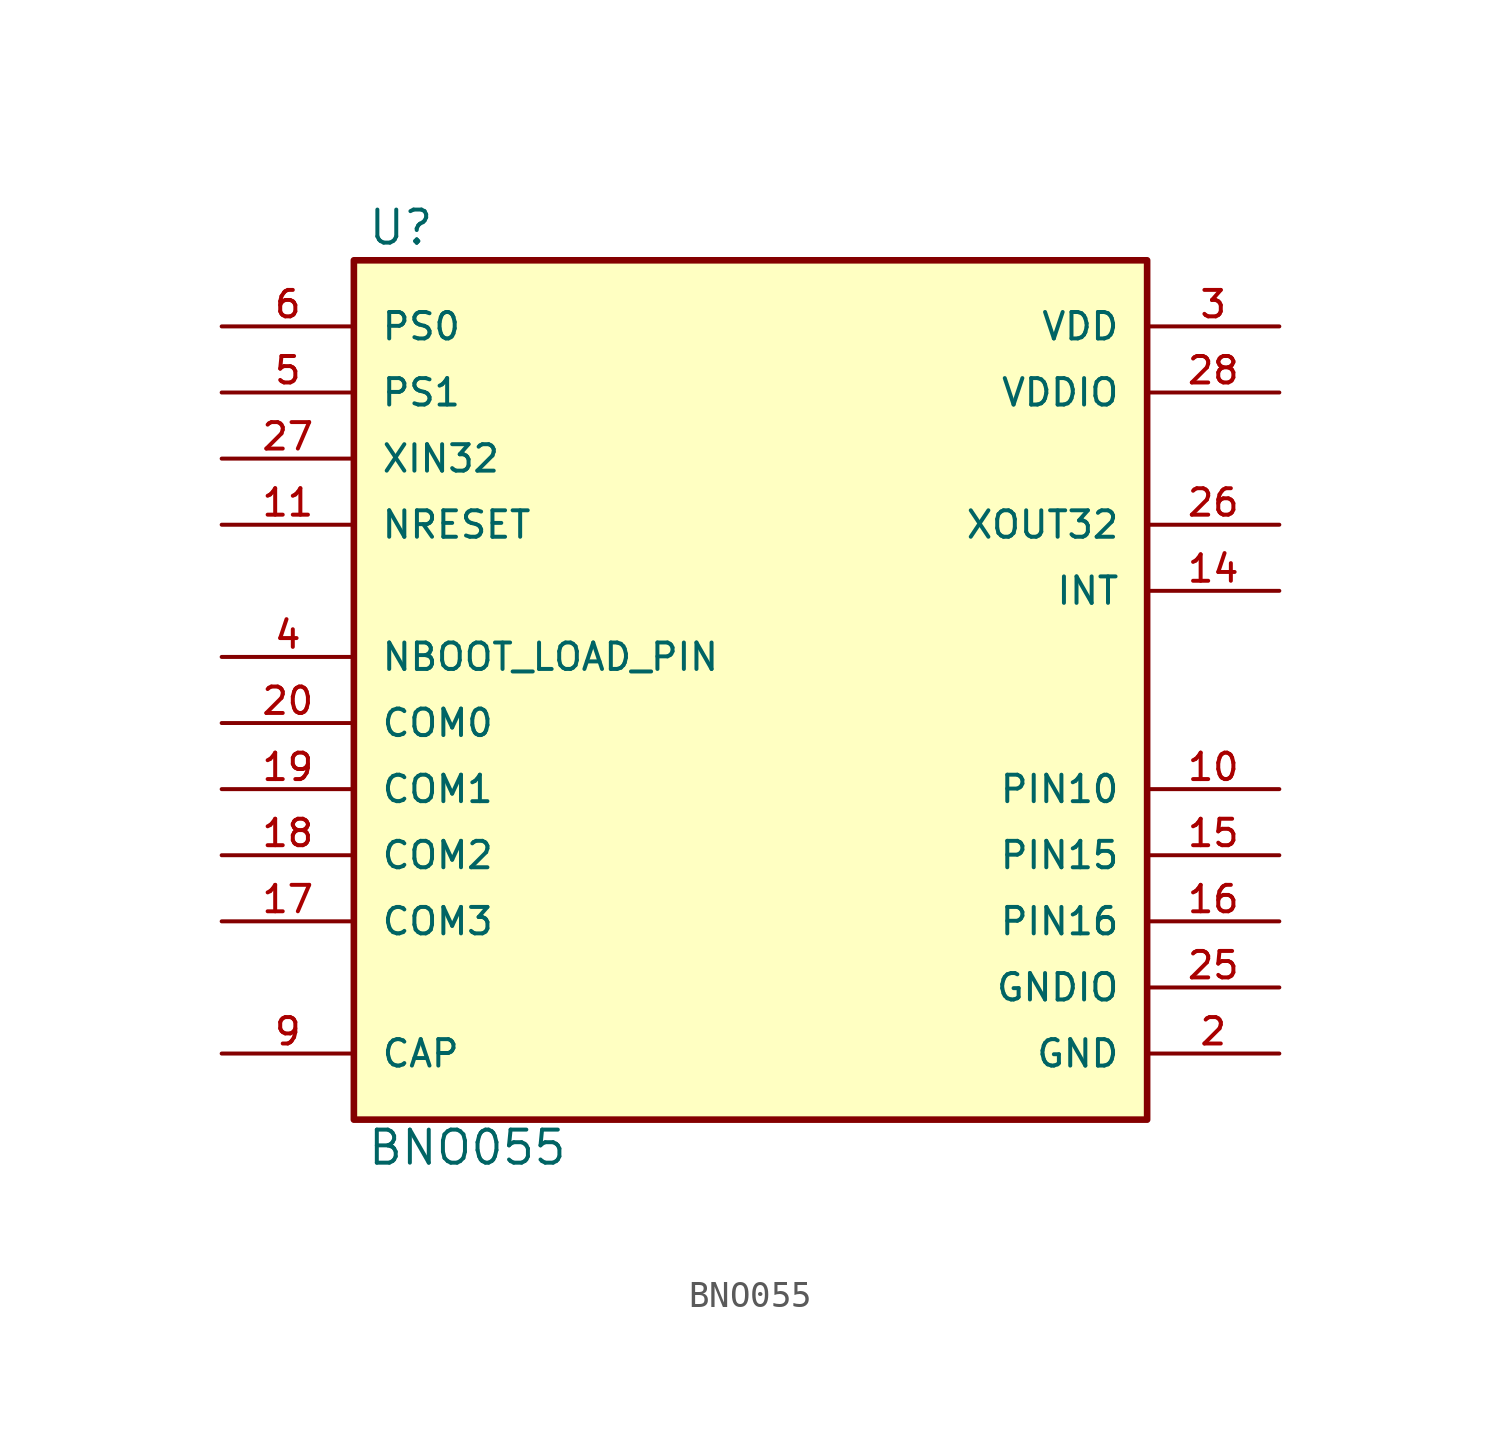
<source format=kicad_sym>
(kicad_symbol_lib
  (version 20241209)
  (generator "kicad_symbol_editor")
  (generator_version "9.0")
  (symbol "BNO055"
    (pin_names
      (offset 1.016))
    (property "Reference" "U"
      (at -14.74 15.756 0)
      (effects (font (size 1.27 1.27)) (justify left bottom)))
    (property "Value" "BNO055"
      (at -14.761 -19.596 0)
      (effects (font (size 1.27 1.27)) (justify left bottom)))
    (symbol "BNO055_0_0"
      (rectangle (start -15.24 -17.78) (end 15.24 15.24) (stroke (width 0.254) (type default)) (fill (type background)))
      (pin input line (at -20.32 12.7 0) (length 5.08) (name "PS0" (effects (font (size 1.016 1.016)))) (number "6" (effects (font (size 1.016 1.016)))))
      (pin input line (at -20.32 10.16 0) (length 5.08) (name "PS1" (effects (font (size 1.016 1.016)))) (number "5" (effects (font (size 1.016 1.016)))))
      (pin input line (at -20.32 7.62 0) (length 5.08) (name "XIN32" (effects (font (size 1.016 1.016)))) (number "27" (effects (font (size 1.016 1.016)))))
      (pin input line (at -20.32 5.08 0) (length 5.08) (name "NRESET" (effects (font (size 1.016 1.016)))) (number "11" (effects (font (size 1.016 1.016)))))
      (pin bidirectional line (at -20.32 0 0) (length 5.08) (name "NBOOT_LOAD_PIN" (effects (font (size 1.016 1.016)))) (number "4" (effects (font (size 1.016 1.016)))))
      (pin bidirectional line (at -20.32 -2.54 0) (length 5.08) (name "COM0" (effects (font (size 1.016 1.016)))) (number "20" (effects (font (size 1.016 1.016)))))
      (pin bidirectional line (at -20.32 -5.08 0) (length 5.08) (name "COM1" (effects (font (size 1.016 1.016)))) (number "19" (effects (font (size 1.016 1.016)))))
      (pin bidirectional line (at -20.32 -7.62 0) (length 5.08) (name "COM2" (effects (font (size 1.016 1.016)))) (number "18" (effects (font (size 1.016 1.016)))))
      (pin bidirectional line (at -20.32 -10.16 0) (length 5.08) (name "COM3" (effects (font (size 1.016 1.016)))) (number "17" (effects (font (size 1.016 1.016)))))
      (pin passive line (at -20.32 -15.24 0) (length 5.08) (name "CAP" (effects (font (size 1.016 1.016)))) (number "9" (effects (font (size 1.016 1.016)))))
      (pin power_in line (at 20.32 12.7 180) (length 5.08) (name "VDD" (effects (font (size 1.016 1.016)))) (number "3" (effects (font (size 1.016 1.016)))))
      (pin power_in line (at 20.32 10.16 180) (length 5.08) (name "VDDIO" (effects (font (size 1.016 1.016)))) (number "28" (effects (font (size 1.016 1.016)))))
      (pin output line (at 20.32 5.08 180) (length 5.08) (name "XOUT32" (effects (font (size 1.016 1.016)))) (number "26" (effects (font (size 1.016 1.016)))))
      (pin output line (at 20.32 2.54 180) (length 5.08) (name "INT" (effects (font (size 1.016 1.016)))) (number "14" (effects (font (size 1.016 1.016)))))
      (pin power_in line (at 20.32 -5.08 180) (length 5.08) (name "PIN10" (effects (font (size 1.016 1.016)))) (number "10" (effects (font (size 1.016 1.016)))))
      (pin power_in line (at 20.32 -7.62 180) (length 5.08) (name "PIN15" (effects (font (size 1.016 1.016)))) (number "15" (effects (font (size 1.016 1.016)))))
      (pin power_in line (at 20.32 -10.16 180) (length 5.08) (name "PIN16" (effects (font (size 1.016 1.016)))) (number "16" (effects (font (size 1.016 1.016)))))
      (pin power_in line (at 20.32 -12.7 180) (length 5.08) (name "GNDIO" (effects (font (size 1.016 1.016)))) (number "25" (effects (font (size 1.016 1.016)))))
      (pin power_in line (at 20.32 -15.24 180) (length 5.08) (name "GND" (effects (font (size 1.016 1.016)))) (number "2" (effects (font (size 1.016 1.016))))))))
</source>
